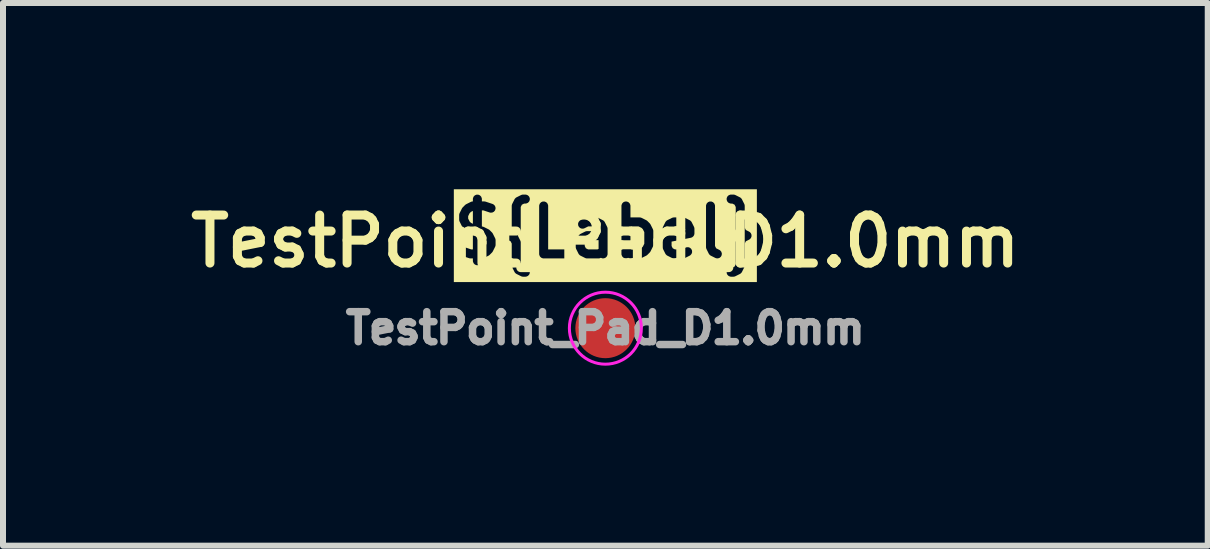
<source format=kicad_pcb>
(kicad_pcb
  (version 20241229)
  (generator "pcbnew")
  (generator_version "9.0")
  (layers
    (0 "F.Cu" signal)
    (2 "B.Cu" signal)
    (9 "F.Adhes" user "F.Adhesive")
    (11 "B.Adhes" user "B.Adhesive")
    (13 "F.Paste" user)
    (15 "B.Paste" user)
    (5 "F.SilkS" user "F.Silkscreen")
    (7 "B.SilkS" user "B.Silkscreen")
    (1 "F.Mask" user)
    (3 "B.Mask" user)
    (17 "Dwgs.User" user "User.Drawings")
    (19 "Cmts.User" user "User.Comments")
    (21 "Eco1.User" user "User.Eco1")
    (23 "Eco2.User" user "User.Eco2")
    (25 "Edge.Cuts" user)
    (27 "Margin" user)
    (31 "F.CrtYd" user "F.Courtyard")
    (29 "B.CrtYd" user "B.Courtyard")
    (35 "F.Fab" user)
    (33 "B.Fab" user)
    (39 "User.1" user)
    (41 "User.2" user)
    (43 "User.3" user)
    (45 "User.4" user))
  (footprint "TestPoint_Pad_D1.0mm"
    (layer "F.Cu")
    (at 7.04 2.42)
    (property "Reference" "TestPoint_Pad_D1.0mm" (at 0 -1.448 0) (layer "F.SilkS") (effects (font (size 0.8 0.8) (thickness 0.15))))
    (attr exclude_from_pos_files exclude_from_bom)
    (fp_circle (center 0 0) (end 0.6 0) (stroke (width 0.05) (type solid)) (fill no) (layer "F.CrtYd"))
    (fp_text user "${Label}" (at 0 -1.6 0) (unlocked yes) (layer "F.SilkS" knockout) (effects (font (size 0.8 0.8) (thickness 0.15))))
    (fp_text user "${REFERENCE}" (at 0 0 0) (layer "F.Fab") (effects (font (size 0.5 0.5) (thickness 0.15))))
    (pad "1" smd circle (at 0 0) (size 1 1) (layers "F.Cu" "F.Mask")))
  (gr_rect
    (start -3 -3)
    (end 17.08 6.045)
    (stroke (width 0.1) (type default))
    (fill no)
    (layer "Edge.Cuts")))
</source>
